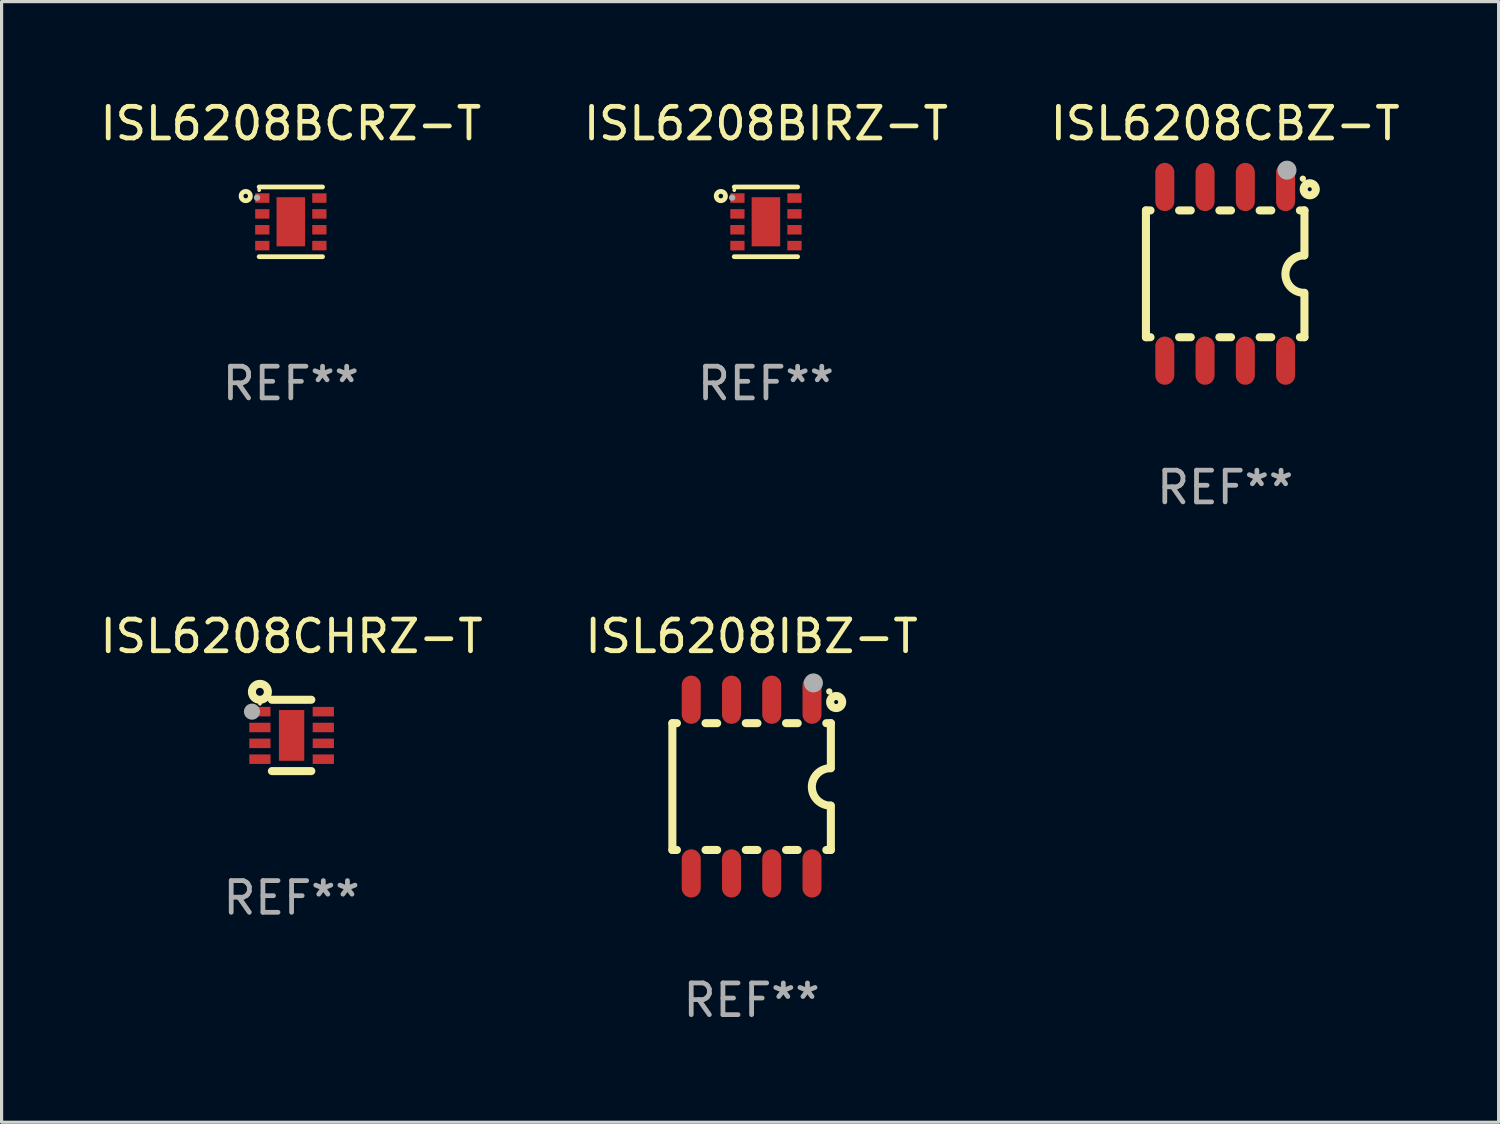
<source format=kicad_pcb>
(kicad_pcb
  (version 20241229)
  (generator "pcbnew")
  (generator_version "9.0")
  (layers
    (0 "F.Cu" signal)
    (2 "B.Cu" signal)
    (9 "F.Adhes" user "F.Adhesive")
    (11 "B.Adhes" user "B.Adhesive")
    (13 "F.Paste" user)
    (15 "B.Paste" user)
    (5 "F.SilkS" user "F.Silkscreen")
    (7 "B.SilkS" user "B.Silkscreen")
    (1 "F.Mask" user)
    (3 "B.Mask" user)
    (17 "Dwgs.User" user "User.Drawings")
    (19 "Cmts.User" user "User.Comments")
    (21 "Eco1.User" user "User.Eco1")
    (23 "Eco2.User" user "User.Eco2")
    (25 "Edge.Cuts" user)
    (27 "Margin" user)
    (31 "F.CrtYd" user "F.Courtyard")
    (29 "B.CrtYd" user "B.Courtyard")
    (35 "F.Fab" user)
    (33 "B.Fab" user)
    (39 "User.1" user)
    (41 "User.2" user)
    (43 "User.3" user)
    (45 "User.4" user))
  (footprint "ISL6208CBZ-T"
    (layer "F.Cu")
    (at 35.601 5.588)
    (property "Reference" "ISL6208CBZ-T" (at 0 -4.74 0) (layer "F.SilkS") (effects (font (size 1 1) (thickness 0.15))))
    (attr through_hole)
    (fp_line (start -2.5 2) (end -2.5 -2) (stroke (width 0.254) (type solid)) (layer "F.SilkS"))
    (fp_line (start -2.356 -2) (end -2.5 -2) (stroke (width 0.254) (type solid)) (layer "F.SilkS"))
    (fp_line (start -2.356 2) (end -2.5 2) (stroke (width 0.254) (type solid)) (layer "F.SilkS"))
    (fp_line (start -1.086 -2) (end -1.454 -2) (stroke (width 0.254) (type solid)) (layer "F.SilkS"))
    (fp_line (start -1.086 2) (end -1.454 2) (stroke (width 0.254) (type solid)) (layer "F.SilkS"))
    (fp_line (start 0.184 -2) (end -0.184 -2) (stroke (width 0.254) (type solid)) (layer "F.SilkS"))
    (fp_line (start 0.184 2) (end -0.184 2) (stroke (width 0.254) (type solid)) (layer "F.SilkS"))
    (fp_line (start 1.454 -2) (end 1.086 -2) (stroke (width 0.254) (type solid)) (layer "F.SilkS"))
    (fp_line (start 1.454 2) (end 1.086 2) (stroke (width 0.254) (type solid)) (layer "F.SilkS"))
    (fp_line (start 2.5 -2) (end 2.356 -2) (stroke (width 0.254) (type solid)) (layer "F.SilkS"))
    (fp_line (start 2.5 -0.58) (end 2.5 -2) (stroke (width 0.254) (type solid)) (layer "F.SilkS"))
    (fp_line (start 2.5 2) (end 2.356 2) (stroke (width 0.254) (type solid)) (layer "F.SilkS"))
    (fp_line (start 2.5 2) (end 2.5 0.6) (stroke (width 0.254) (type solid)) (layer "F.SilkS"))
    (fp_arc (start 2.489992 0.600051) (mid 1.901674 0.010046) (end 2.489992 -0.579959) (stroke (width 0.254001) (type solid)) (layer "F.SilkS"))
    (fp_circle (center 2.45 -3) (end 2.5 -3) (stroke (width 0.1) (type solid)) (fill no) (layer "F.SilkS"))
    (fp_circle (center 2.667 -2.667) (end 2.858 -2.667) (stroke (width 0.254) (type solid)) (fill no) (layer "F.SilkS"))
    (fp_circle (center 1.95 -3.27) (end 2.1 -3.27) (stroke (width 0.3) (type solid)) (fill no) (layer "F.Fab"))
    (fp_text user "REF**" (at 0 6.74 0) (layer "F.Fab") (effects (font (size 1 1) (thickness 0.15))))
    (pad "1" smd oval (at 1.905 -2.74) (size 0.6 1.52) (layers "F.Cu" "F.Mask" "F.Paste"))
    (pad "2" smd oval (at 0.635 -2.74) (size 0.6 1.52) (layers "F.Cu" "F.Mask" "F.Paste"))
    (pad "3" smd oval (at -0.635 -2.74) (size 0.6 1.52) (layers "F.Cu" "F.Mask" "F.Paste"))
    (pad "4" smd oval (at -1.905 -2.74) (size 0.6 1.52) (layers "F.Cu" "F.Mask" "F.Paste"))
    (pad "5" smd oval (at -1.905 2.74) (size 0.6 1.52) (layers "F.Cu" "F.Mask" "F.Paste"))
    (pad "6" smd oval (at -0.635 2.74) (size 0.6 1.52) (layers "F.Cu" "F.Mask" "F.Paste"))
    (pad "7" smd oval (at 0.635 2.74) (size 0.6 1.52) (layers "F.Cu" "F.Mask" "F.Paste"))
    (pad "8" smd oval (at 1.905 2.74) (size 0.6 1.52) (layers "F.Cu" "F.Mask" "F.Paste")))
  (footprint "ISL6208CHRZ-T"
    (layer "F.Cu")
    (at 6.149 20.15)
    (property "Reference" "ISL6208CHRZ-T" (at 0 -3.125 0) (layer "F.SilkS") (effects (font (size 1 1) (thickness 0.15))))
    (attr through_hole)
    (fp_line (start 0.622 -1.125) (end -0.622 -1.125) (stroke (width 0.254) (type solid)) (layer "F.SilkS"))
    (fp_line (start 0.622 1.125) (end -0.622 1.125) (stroke (width 0.254) (type solid)) (layer "F.SilkS"))
    (fp_circle (center -1 -1) (end -0.97 -1) (stroke (width 0.06) (type solid)) (fill no) (layer "F.SilkS"))
    (fp_circle (center -1 -1.375) (end -0.875 -1.375) (stroke (width 0.254) (type solid)) (fill no) (layer "F.SilkS"))
    (fp_circle (center -1.25 -0.75) (end -1.123 -0.75) (stroke (width 0.254) (type solid)) (fill no) (layer "F.Fab"))
    (fp_text user "REF**" (at 0 5.125 0) (layer "F.Fab") (effects (font (size 1 1) (thickness 0.15))))
    (pad "1" smd rect (at -1 -0.75) (size 0.67 0.3) (layers "F.Cu" "F.Mask" "F.Paste"))
    (pad "2" smd rect (at -1 -0.25) (size 0.67 0.3) (layers "F.Cu" "F.Mask" "F.Paste"))
    (pad "3" smd rect (at -1 0.25) (size 0.67 0.3) (layers "F.Cu" "F.Mask" "F.Paste"))
    (pad "4" smd rect (at -1 0.75) (size 0.67 0.3) (layers "F.Cu" "F.Mask" "F.Paste"))
    (pad "5" smd rect (at 1 0.75) (size 0.67 0.3) (layers "F.Cu" "F.Mask" "F.Paste"))
    (pad "6" smd rect (at 1 0.25) (size 0.67 0.3) (layers "F.Cu" "F.Mask" "F.Paste"))
    (pad "7" smd rect (at 1 -0.25) (size 0.67 0.3) (layers "F.Cu" "F.Mask" "F.Paste"))
    (pad "8" smd rect (at 1 -0.75) (size 0.67 0.3) (layers "F.Cu" "F.Mask" "F.Paste"))
    (pad "9" smd rect (at 0 -0.000025 180) (size 0.8 1.6) (layers "F.Cu" "F.Mask" "F.Paste")))
  (footprint "ISL6208BIRZ-T"
    (layer "F.Cu")
    (at 21.113 3.948)
    (property "Reference" "ISL6208BIRZ-T" (at 0 -3.1 0) (layer "F.SilkS") (effects (font (size 1 1) (thickness 0.15))))
    (attr through_hole)
    (fp_line (start 1 -1.1) (end -1 -1.1) (stroke (width 0.15) (type solid)) (layer "F.SilkS"))
    (fp_line (start 1 1.1) (end -1 1.1) (stroke (width 0.15) (type solid)) (layer "F.SilkS"))
    (fp_circle (center -1.423 -0.813) (end -1.351 -0.813) (stroke (width 0.15) (type solid)) (fill no) (layer "F.SilkS"))
    (fp_circle (center -1 -1) (end -0.97 -1) (stroke (width 0.06) (type solid)) (fill no) (layer "F.SilkS"))
    (fp_circle (center -1.067 -0.762) (end -1.017 -0.762) (stroke (width 0.1) (type solid)) (fill no) (layer "F.Fab"))
    (fp_text user "REF**" (at 0 5.1 0) (layer "F.Fab") (effects (font (size 1 1) (thickness 0.15))))
    (pad "1" smd rect (at -0.9 -0.75) (size 0.45 0.3) (layers "F.Cu" "F.Mask" "F.Paste"))
    (pad "2" smd rect (at -0.9 -0.25) (size 0.45 0.3) (layers "F.Cu" "F.Mask" "F.Paste"))
    (pad "3" smd rect (at -0.9 0.25) (size 0.45 0.3) (layers "F.Cu" "F.Mask" "F.Paste"))
    (pad "4" smd rect (at -0.9 0.75) (size 0.45 0.3) (layers "F.Cu" "F.Mask" "F.Paste"))
    (pad "5" smd rect (at 0.9 0.75) (size 0.45 0.3) (layers "F.Cu" "F.Mask" "F.Paste"))
    (pad "6" smd rect (at 0.9 0.25) (size 0.45 0.3) (layers "F.Cu" "F.Mask" "F.Paste"))
    (pad "7" smd rect (at 0.9 -0.25) (size 0.45 0.3) (layers "F.Cu" "F.Mask" "F.Paste"))
    (pad "8" smd rect (at 0.9 -0.75) (size 0.45 0.3) (layers "F.Cu" "F.Mask" "F.Paste"))
    (pad "9" smd rect (at -0.001 -0.002) (size 0.9 1.55) (layers "F.Cu" "F.Mask" "F.Paste")))
  (footprint "ISL6208BCRZ-T"
    (layer "F.Cu")
    (at 6.125 3.948)
    (property "Reference" "ISL6208BCRZ-T" (at 0 -3.1 0) (layer "F.SilkS") (effects (font (size 1 1) (thickness 0.15))))
    (attr through_hole)
    (fp_line (start 1 -1.1) (end -1 -1.1) (stroke (width 0.15) (type solid)) (layer "F.SilkS"))
    (fp_line (start 1 1.1) (end -1 1.1) (stroke (width 0.15) (type solid)) (layer "F.SilkS"))
    (fp_circle (center -1.423 -0.813) (end -1.351 -0.813) (stroke (width 0.15) (type solid)) (fill no) (layer "F.SilkS"))
    (fp_circle (center -1 -1) (end -0.97 -1) (stroke (width 0.06) (type solid)) (fill no) (layer "F.SilkS"))
    (fp_circle (center -1.067 -0.762) (end -1.017 -0.762) (stroke (width 0.1) (type solid)) (fill no) (layer "F.Fab"))
    (fp_text user "REF**" (at 0 5.1 0) (layer "F.Fab") (effects (font (size 1 1) (thickness 0.15))))
    (pad "1" smd rect (at -0.9 -0.75) (size 0.45 0.3) (layers "F.Cu" "F.Mask" "F.Paste"))
    (pad "2" smd rect (at -0.9 -0.25) (size 0.45 0.3) (layers "F.Cu" "F.Mask" "F.Paste"))
    (pad "3" smd rect (at -0.9 0.25) (size 0.45 0.3) (layers "F.Cu" "F.Mask" "F.Paste"))
    (pad "4" smd rect (at -0.9 0.75) (size 0.45 0.3) (layers "F.Cu" "F.Mask" "F.Paste"))
    (pad "5" smd rect (at 0.9 0.75) (size 0.45 0.3) (layers "F.Cu" "F.Mask" "F.Paste"))
    (pad "6" smd rect (at 0.9 0.25) (size 0.45 0.3) (layers "F.Cu" "F.Mask" "F.Paste"))
    (pad "7" smd rect (at 0.9 -0.25) (size 0.45 0.3) (layers "F.Cu" "F.Mask" "F.Paste"))
    (pad "8" smd rect (at 0.9 -0.75) (size 0.45 0.3) (layers "F.Cu" "F.Mask" "F.Paste"))
    (pad "9" smd rect (at -0.001 -0.002) (size 0.9 1.55) (layers "F.Cu" "F.Mask" "F.Paste")))
  (footprint "ISL6208IBZ-T"
    (layer "F.Cu")
    (at 20.661 21.764)
    (property "Reference" "ISL6208IBZ-T" (at 0 -4.74 0) (layer "F.SilkS") (effects (font (size 1 1) (thickness 0.15))))
    (attr through_hole)
    (fp_line (start -2.5 2) (end -2.5 -2) (stroke (width 0.254) (type solid)) (layer "F.SilkS"))
    (fp_line (start -2.356 -2) (end -2.5 -2) (stroke (width 0.254) (type solid)) (layer "F.SilkS"))
    (fp_line (start -2.356 2) (end -2.5 2) (stroke (width 0.254) (type solid)) (layer "F.SilkS"))
    (fp_line (start -1.086 -2) (end -1.454 -2) (stroke (width 0.254) (type solid)) (layer "F.SilkS"))
    (fp_line (start -1.086 2) (end -1.454 2) (stroke (width 0.254) (type solid)) (layer "F.SilkS"))
    (fp_line (start 0.184 -2) (end -0.184 -2) (stroke (width 0.254) (type solid)) (layer "F.SilkS"))
    (fp_line (start 0.184 2) (end -0.184 2) (stroke (width 0.254) (type solid)) (layer "F.SilkS"))
    (fp_line (start 1.454 -2) (end 1.086 -2) (stroke (width 0.254) (type solid)) (layer "F.SilkS"))
    (fp_line (start 1.454 2) (end 1.086 2) (stroke (width 0.254) (type solid)) (layer "F.SilkS"))
    (fp_line (start 2.5 -2) (end 2.356 -2) (stroke (width 0.254) (type solid)) (layer "F.SilkS"))
    (fp_line (start 2.5 -0.58) (end 2.5 -2) (stroke (width 0.254) (type solid)) (layer "F.SilkS"))
    (fp_line (start 2.5 2) (end 2.356 2) (stroke (width 0.254) (type solid)) (layer "F.SilkS"))
    (fp_line (start 2.5 2) (end 2.5 0.6) (stroke (width 0.254) (type solid)) (layer "F.SilkS"))
    (fp_arc (start 2.489992 0.600051) (mid 1.901674 0.010046) (end 2.489992 -0.579959) (stroke (width 0.254001) (type solid)) (layer "F.SilkS"))
    (fp_circle (center 2.45 -3) (end 2.5 -3) (stroke (width 0.1) (type solid)) (fill no) (layer "F.SilkS"))
    (fp_circle (center 2.667 -2.667) (end 2.858 -2.667) (stroke (width 0.254) (type solid)) (fill no) (layer "F.SilkS"))
    (fp_circle (center 1.95 -3.27) (end 2.1 -3.27) (stroke (width 0.3) (type solid)) (fill no) (layer "F.Fab"))
    (fp_text user "REF**" (at 0 6.74 0) (layer "F.Fab") (effects (font (size 1 1) (thickness 0.15))))
    (pad "1" smd oval (at 1.905 -2.74) (size 0.6 1.52) (layers "F.Cu" "F.Mask" "F.Paste"))
    (pad "2" smd oval (at 0.635 -2.74) (size 0.6 1.52) (layers "F.Cu" "F.Mask" "F.Paste"))
    (pad "3" smd oval (at -0.635 -2.74) (size 0.6 1.52) (layers "F.Cu" "F.Mask" "F.Paste"))
    (pad "4" smd oval (at -1.905 -2.74) (size 0.6 1.52) (layers "F.Cu" "F.Mask" "F.Paste"))
    (pad "5" smd oval (at -1.905 2.74) (size 0.6 1.52) (layers "F.Cu" "F.Mask" "F.Paste"))
    (pad "6" smd oval (at -0.635 2.74) (size 0.6 1.52) (layers "F.Cu" "F.Mask" "F.Paste"))
    (pad "7" smd oval (at 0.635 2.74) (size 0.6 1.52) (layers "F.Cu" "F.Mask" "F.Paste"))
    (pad "8" smd oval (at 1.905 2.74) (size 0.6 1.52) (layers "F.Cu" "F.Mask" "F.Paste")))
  (gr_rect
    (start -3 -3)
    (end 44.226 32.353)
    (stroke (width 0.1) (type default))
    (fill no)
    (layer "Edge.Cuts")))
</source>
